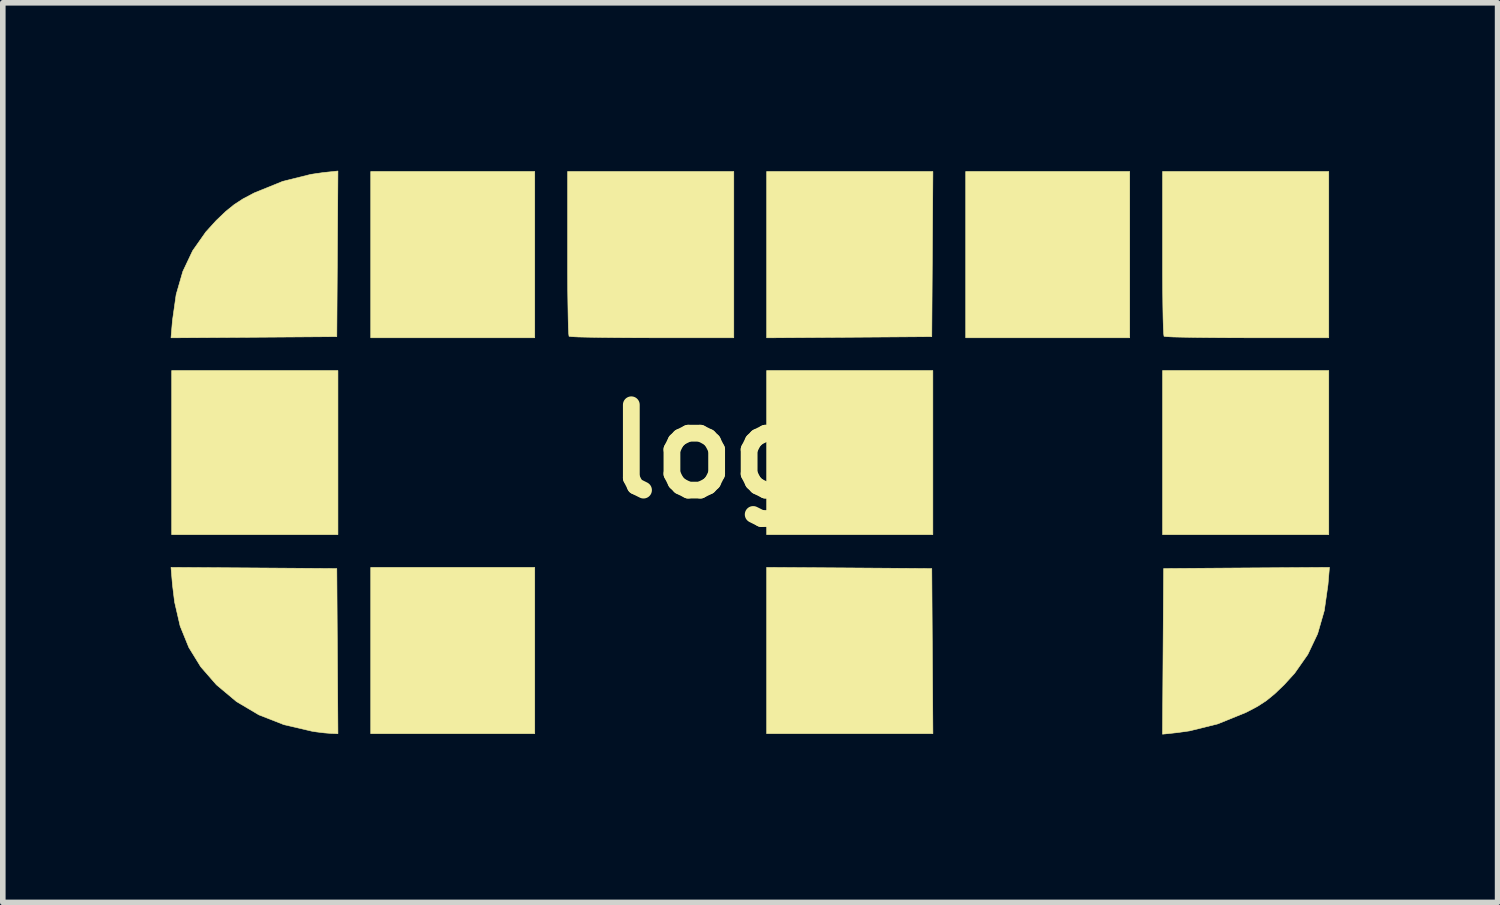
<source format=kicad_pcb>
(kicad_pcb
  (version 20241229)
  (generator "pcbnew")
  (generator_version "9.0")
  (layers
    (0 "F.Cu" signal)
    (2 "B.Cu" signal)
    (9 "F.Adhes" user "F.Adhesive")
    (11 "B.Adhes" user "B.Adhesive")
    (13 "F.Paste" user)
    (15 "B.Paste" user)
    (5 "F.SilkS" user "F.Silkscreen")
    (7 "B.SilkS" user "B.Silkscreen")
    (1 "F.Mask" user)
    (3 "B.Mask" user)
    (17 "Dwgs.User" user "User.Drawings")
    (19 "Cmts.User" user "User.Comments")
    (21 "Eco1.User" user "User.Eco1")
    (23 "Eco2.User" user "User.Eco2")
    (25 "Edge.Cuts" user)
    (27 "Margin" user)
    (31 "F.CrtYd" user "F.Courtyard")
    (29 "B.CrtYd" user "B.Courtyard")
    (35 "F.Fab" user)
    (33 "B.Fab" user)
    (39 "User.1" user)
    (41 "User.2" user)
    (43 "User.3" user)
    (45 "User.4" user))
  (footprint "logo"
    (layer "F.Cu")
    (at 10.333 5.016)
    (property "Reference" "logo" (at 0 0 0) (layer "F.SilkS") (effects (font (size 1.524 1.524) (thickness 0.3))))
    (attr through_hole)
    (fp_poly (pts (xy -7.346 1.485) (xy -10.316 1.485) (xy -10.316 -1.446) (xy -7.346 -1.446) (xy -7.346 1.485)) (stroke (width 0.01) (type solid)) (fill yes) (layer "F.SilkS"))
    (fp_poly (pts (xy -3.83 -2.032) (xy -6.76 -2.032) (xy -6.76 -5.002) (xy -3.83 -5.002) (xy -3.83 -2.032)) (stroke (width 0.01) (type solid)) (fill yes) (layer "F.SilkS"))
    (fp_poly (pts (xy -3.83 5.041) (xy -6.76 5.041) (xy -6.76 2.071) (xy -3.83 2.071) (xy -3.83 5.041)) (stroke (width 0.01) (type solid)) (fill yes) (layer "F.SilkS"))
    (fp_poly (pts (xy 3.282 1.485) (xy 0.313 1.485) (xy 0.313 -1.446) (xy 3.282 -1.446) (xy 3.282 1.485)) (stroke (width 0.01) (type solid)) (fill yes) (layer "F.SilkS"))
    (fp_poly (pts (xy 6.799 -2.032) (xy 3.869 -2.032) (xy 3.869 -5.002) (xy 6.799 -5.002) (xy 6.799 -2.032)) (stroke (width 0.01) (type solid)) (fill yes) (layer "F.SilkS"))
    (fp_poly (pts (xy 10.355 1.485) (xy 7.386 1.485) (xy 7.386 -1.446) (xy 10.355 -1.446) (xy 10.355 1.485)) (stroke (width 0.01) (type solid)) (fill yes) (layer "F.SilkS"))
    (fp_poly (pts (xy 1.788 2.08) (xy 3.263 2.091) (xy 3.273 3.566) (xy 3.283 5.041) (xy 0.313 5.041) (xy 0.313 2.07) (xy 1.788 2.08)) (stroke (width 0.01) (type solid)) (fill yes) (layer "F.SilkS"))
    (fp_poly (pts (xy 3.273 -3.527) (xy 3.263 -2.052) (xy 1.788 -2.041) (xy 0.313 -2.031) (xy 0.313 -5.002) (xy 3.283 -5.002) (xy 3.273 -3.527)) (stroke (width 0.01) (type solid)) (fill yes) (layer "F.SilkS"))
    (fp_poly (pts (xy -8.847 2.08) (xy -7.366 2.091) (xy -7.346 5.041) (xy -7.473 5.036) (xy -7.587 5.027) (xy -7.734 5.009) (xy -7.814 4.996) (xy -8.311 4.88) (xy -8.758 4.705) (xy -9.158 4.468) (xy -9.514 4.17) (xy -9.52 4.164) (xy -9.797 3.846) (xy -10.01 3.5) (xy -10.165 3.118) (xy -10.264 2.689) (xy -10.302 2.379) (xy -10.328 2.07) (xy -8.847 2.08)) (stroke (width 0.01) (type solid)) (fill yes) (layer "F.SilkS"))
    (fp_poly (pts (xy -7.356 -3.531) (xy -7.366 -2.052) (xy -8.847 -2.041) (xy -10.328 -2.031) (xy -10.302 -2.34) (xy -10.236 -2.804) (xy -10.117 -3.216) (xy -9.942 -3.586) (xy -9.706 -3.922) (xy -9.52 -4.127) (xy -9.349 -4.29) (xy -9.198 -4.412) (xy -9.041 -4.514) (xy -8.85 -4.615) (xy -8.831 -4.624) (xy -8.33 -4.827) (xy -7.821 -4.953) (xy -7.608 -4.983) (xy -7.346 -5.011) (xy -7.356 -3.531)) (stroke (width 0.01) (type solid)) (fill yes) (layer "F.SilkS"))
    (fp_poly (pts (xy 10.341 2.379) (xy 10.275 2.843) (xy 10.156 3.256) (xy 9.981 3.625) (xy 9.745 3.962) (xy 9.559 4.166) (xy 9.389 4.329) (xy 9.241 4.45) (xy 9.086 4.551) (xy 8.899 4.65) (xy 8.87 4.664) (xy 8.373 4.866) (xy 7.869 4.991) (xy 7.649 5.022) (xy 7.385 5.05) (xy 7.395 3.57) (xy 7.405 2.091) (xy 8.886 2.08) (xy 10.367 2.07) (xy 10.341 2.379)) (stroke (width 0.01) (type solid)) (fill yes) (layer "F.SilkS"))
    (fp_poly (pts (xy -0.274 -2.032) (xy -1.732 -2.032) (xy -2.063 -2.033) (xy -2.368 -2.035) (xy -2.64 -2.038) (xy -2.87 -2.042) (xy -3.048 -2.046) (xy -3.167 -2.052) (xy -3.217 -2.058) (xy -3.217 -2.058) (xy -3.223 -2.102) (xy -3.229 -2.215) (xy -3.233 -2.388) (xy -3.237 -2.614) (xy -3.241 -2.883) (xy -3.243 -3.186) (xy -3.243 -3.514) (xy -3.243 -3.543) (xy -3.243 -5.002) (xy -0.274 -5.002) (xy -0.274 -2.032)) (stroke (width 0.01) (type solid)) (fill yes) (layer "F.SilkS"))
    (fp_poly (pts (xy 10.355 -2.032) (xy 8.897 -2.032) (xy 8.566 -2.033) (xy 8.261 -2.035) (xy 7.989 -2.038) (xy 7.759 -2.042) (xy 7.581 -2.046) (xy 7.462 -2.052) (xy 7.412 -2.058) (xy 7.412 -2.058) (xy 7.406 -2.102) (xy 7.4 -2.215) (xy 7.395 -2.388) (xy 7.391 -2.614) (xy 7.388 -2.883) (xy 7.386 -3.186) (xy 7.386 -3.514) (xy 7.386 -3.543) (xy 7.386 -5.002) (xy 10.355 -5.002) (xy 10.355 -2.032)) (stroke (width 0.01) (type solid)) (fill yes) (layer "F.SilkS")))
  (gr_rect
    (start -3 -3)
    (end 23.704 13.071)
    (stroke (width 0.1) (type default))
    (fill no)
    (layer "Edge.Cuts")))
</source>
